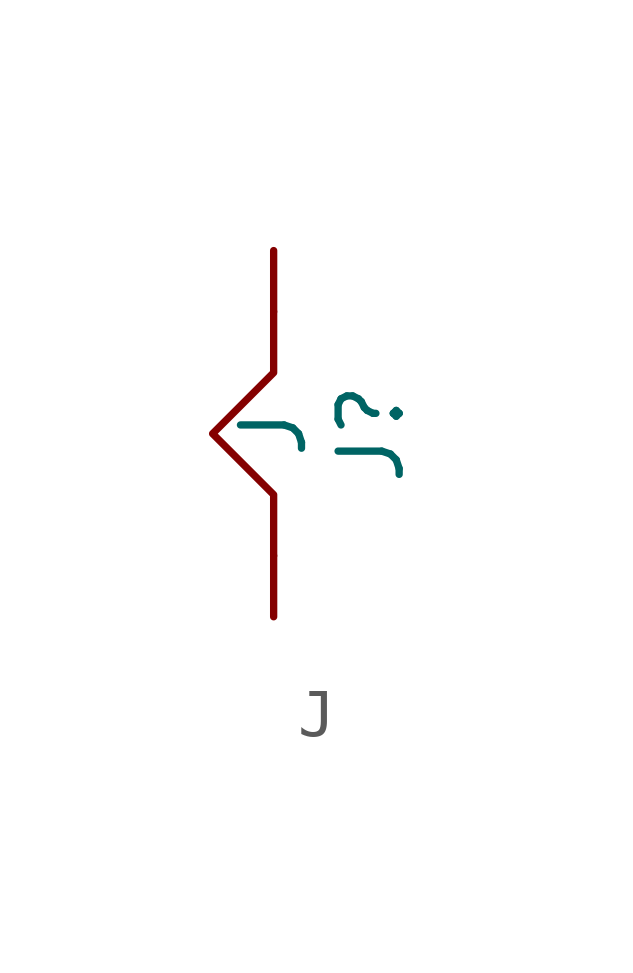
<source format=kicad_sym>
(kicad_symbol_lib
  (version 20211014)
  (generator kicad_symbol_editor)
  (symbol "J"
    (pin_numbers hide)
    (pin_names
      (offset 0))
    (property "Reference" "J"
      (at 2.032 0 90)
      (effects (font (size 1.27 1.27))))
    (property "Value" "J"
      (at 0 0 90)
      (effects (font (size 1.27 1.27))))
    (symbol "J_0_1"
      (polyline (pts (xy 0 2.54) (xy 0 1.27) (xy -1.27 0) (xy 0 -1.27) (xy 0 -2.54)) (stroke (width 0) (type default) (color 0 0 0 0)) (fill (type none))))
    (symbol "J_1_1"
      (pin passive line (at 0 3.81 270) (length 1.27) (name "~" (effects (font (size 1.27 1.27)))) (number "1" (effects (font (size 1.27 1.27)))))
      (pin passive line (at 0 -3.81 90) (length 1.27) (name "~" (effects (font (size 1.27 1.27)))) (number "2" (effects (font (size 1.27 1.27))))))))
</source>
